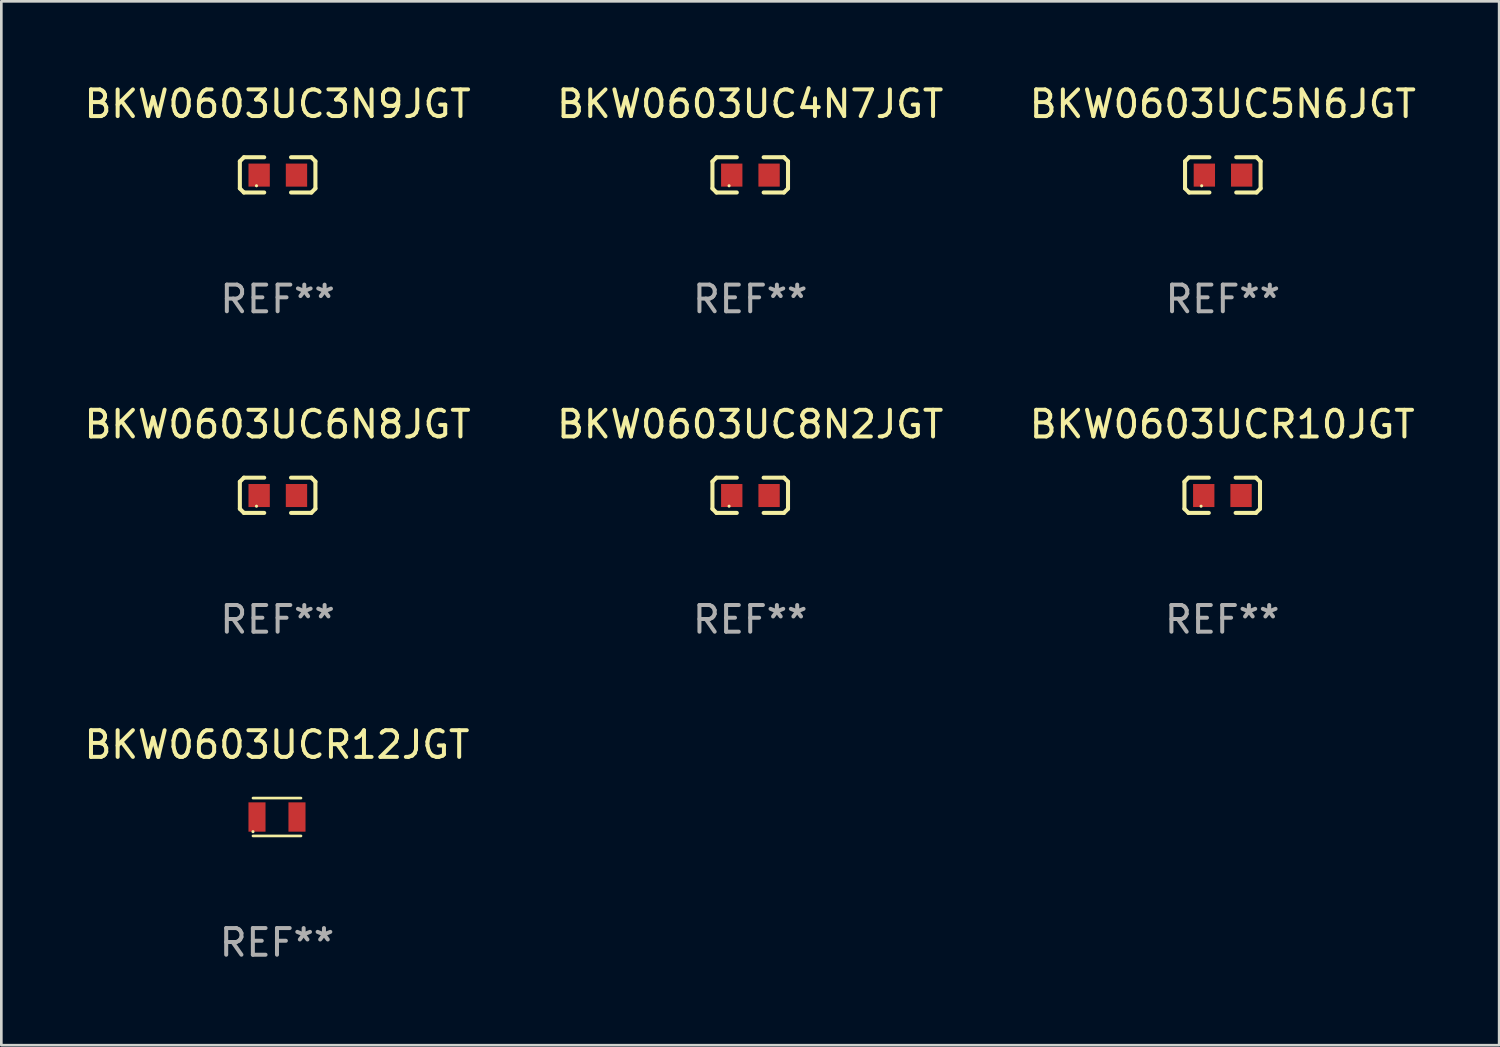
<source format=kicad_pcb>
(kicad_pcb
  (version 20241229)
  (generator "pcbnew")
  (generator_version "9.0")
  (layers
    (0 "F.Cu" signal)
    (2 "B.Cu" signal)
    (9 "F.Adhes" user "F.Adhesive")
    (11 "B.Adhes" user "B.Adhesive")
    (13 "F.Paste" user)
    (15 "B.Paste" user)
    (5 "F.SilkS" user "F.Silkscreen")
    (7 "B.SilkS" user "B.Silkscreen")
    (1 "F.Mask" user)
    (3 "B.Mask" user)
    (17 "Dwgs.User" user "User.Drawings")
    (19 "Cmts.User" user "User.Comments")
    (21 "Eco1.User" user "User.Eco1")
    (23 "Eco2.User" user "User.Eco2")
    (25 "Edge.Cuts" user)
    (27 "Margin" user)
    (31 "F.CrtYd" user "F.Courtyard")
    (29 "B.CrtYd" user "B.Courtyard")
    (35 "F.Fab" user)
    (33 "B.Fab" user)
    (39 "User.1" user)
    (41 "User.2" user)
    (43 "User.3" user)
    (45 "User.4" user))
  (footprint "BKW0603UCR12JGT"
    (layer "F.Cu")
    (at 7.339 27.594)
    (property "Reference" "BKW0603UCR12JGT" (at 0 -2.71 0) (layer "F.SilkS") (effects (font (size 1 1) (thickness 0.15))))
    (attr through_hole)
    (fp_line (start -0.9 -0.71) (end 0.9 -0.71) (stroke (width 0.1) (type solid)) (layer "F.SilkS"))
    (fp_line (start 0.9 0.71) (end -0.9 0.71) (stroke (width 0.1) (type solid)) (layer "F.SilkS"))
    (fp_circle (center -0.9 0.55) (end -0.87 0.55) (stroke (width 0.06) (type solid)) (fill no) (layer "F.SilkS"))
    (fp_text user "REF**" (at 0 4.71 0) (layer "F.Fab") (effects (font (size 1 1) (thickness 0.15))))
    (pad "1" smd rect (at -0.75 0) (size 0.64 1.1) (layers "F.Cu" "F.Mask" "F.Paste"))
    (pad "2" smd rect (at 0.75 0) (size 0.64 1.1) (layers "F.Cu" "F.Mask" "F.Paste")))
  (footprint "BKW0603UC3N9JGT"
    (layer "F.Cu")
    (at 7.363 3.509)
    (property "Reference" "BKW0603UC3N9JGT" (at 0 -2.661 0) (layer "F.SilkS") (effects (font (size 1 1) (thickness 0.15))))
    (attr through_hole)
    (fp_line (start -1.417 -0.508) (end -1.265 -0.661) (stroke (width 0.152) (type solid)) (layer "F.SilkS"))
    (fp_line (start -1.417 0.508) (end -1.417 -0.508) (stroke (width 0.152) (type solid)) (layer "F.SilkS"))
    (fp_line (start -1.265 -0.661) (end -0.503 -0.661) (stroke (width 0.152) (type solid)) (layer "F.SilkS"))
    (fp_line (start -1.265 0.661) (end -1.417 0.508) (stroke (width 0.152) (type solid)) (layer "F.SilkS"))
    (fp_line (start -1.265 0.661) (end -0.503 0.661) (stroke (width 0.152) (type solid)) (layer "F.SilkS"))
    (fp_line (start 1.265 -0.661) (end 0.503 -0.661) (stroke (width 0.152) (type solid)) (layer "F.SilkS"))
    (fp_line (start 1.265 -0.661) (end 1.417 -0.508) (stroke (width 0.152) (type solid)) (layer "F.SilkS"))
    (fp_line (start 1.265 0.661) (end 0.503 0.661) (stroke (width 0.152) (type solid)) (layer "F.SilkS"))
    (fp_line (start 1.417 -0.508) (end 1.417 0.508) (stroke (width 0.152) (type solid)) (layer "F.SilkS"))
    (fp_line (start 1.417 0.508) (end 1.265 0.661) (stroke (width 0.152) (type solid)) (layer "F.SilkS"))
    (fp_circle (center -0.793 0.409) (end -0.763 0.409) (stroke (width 0.06) (type solid)) (fill no) (layer "F.SilkS"))
    (fp_text user "REF**" (at 0 4.661 0) (layer "F.Fab") (effects (font (size 1 1) (thickness 0.15))))
    (pad "1" smd rect (at -0.693 0.009 180) (size 0.8 0.864) (layers "F.Cu" "F.Mask" "F.Paste"))
    (pad "2" smd rect (at 0.707 0.009 180) (size 0.8 0.864) (layers "F.Cu" "F.Mask" "F.Paste")))
  (footprint "BKW0603UCR10JGT"
    (layer "F.Cu")
    (at 42.792 15.527)
    (property "Reference" "BKW0603UCR10JGT" (at 0 -2.661 0) (layer "F.SilkS") (effects (font (size 1 1) (thickness 0.15))))
    (attr through_hole)
    (fp_line (start -1.417 -0.508) (end -1.265 -0.661) (stroke (width 0.152) (type solid)) (layer "F.SilkS"))
    (fp_line (start -1.417 0.508) (end -1.417 -0.508) (stroke (width 0.152) (type solid)) (layer "F.SilkS"))
    (fp_line (start -1.265 -0.661) (end -0.503 -0.661) (stroke (width 0.152) (type solid)) (layer "F.SilkS"))
    (fp_line (start -1.265 0.661) (end -1.417 0.508) (stroke (width 0.152) (type solid)) (layer "F.SilkS"))
    (fp_line (start -1.265 0.661) (end -0.503 0.661) (stroke (width 0.152) (type solid)) (layer "F.SilkS"))
    (fp_line (start 1.265 -0.661) (end 0.503 -0.661) (stroke (width 0.152) (type solid)) (layer "F.SilkS"))
    (fp_line (start 1.265 -0.661) (end 1.417 -0.508) (stroke (width 0.152) (type solid)) (layer "F.SilkS"))
    (fp_line (start 1.265 0.661) (end 0.503 0.661) (stroke (width 0.152) (type solid)) (layer "F.SilkS"))
    (fp_line (start 1.417 -0.508) (end 1.417 0.508) (stroke (width 0.152) (type solid)) (layer "F.SilkS"))
    (fp_line (start 1.417 0.508) (end 1.265 0.661) (stroke (width 0.152) (type solid)) (layer "F.SilkS"))
    (fp_circle (center -0.793 0.409) (end -0.763 0.409) (stroke (width 0.06) (type solid)) (fill no) (layer "F.SilkS"))
    (fp_text user "REF**" (at 0 4.661 0) (layer "F.Fab") (effects (font (size 1 1) (thickness 0.15))))
    (pad "1" smd rect (at -0.693 0.009 180) (size 0.8 0.864) (layers "F.Cu" "F.Mask" "F.Paste"))
    (pad "2" smd rect (at 0.707 0.009 180) (size 0.8 0.864) (layers "F.Cu" "F.Mask" "F.Paste")))
  (footprint "BKW0603UC5N6JGT"
    (layer "F.Cu")
    (at 42.815 3.509)
    (property "Reference" "BKW0603UC5N6JGT" (at 0 -2.661 0) (layer "F.SilkS") (effects (font (size 1 1) (thickness 0.15))))
    (attr through_hole)
    (fp_line (start -1.417 -0.508) (end -1.265 -0.661) (stroke (width 0.152) (type solid)) (layer "F.SilkS"))
    (fp_line (start -1.417 0.508) (end -1.417 -0.508) (stroke (width 0.152) (type solid)) (layer "F.SilkS"))
    (fp_line (start -1.265 -0.661) (end -0.503 -0.661) (stroke (width 0.152) (type solid)) (layer "F.SilkS"))
    (fp_line (start -1.265 0.661) (end -1.417 0.508) (stroke (width 0.152) (type solid)) (layer "F.SilkS"))
    (fp_line (start -1.265 0.661) (end -0.503 0.661) (stroke (width 0.152) (type solid)) (layer "F.SilkS"))
    (fp_line (start 1.265 -0.661) (end 0.503 -0.661) (stroke (width 0.152) (type solid)) (layer "F.SilkS"))
    (fp_line (start 1.265 -0.661) (end 1.417 -0.508) (stroke (width 0.152) (type solid)) (layer "F.SilkS"))
    (fp_line (start 1.265 0.661) (end 0.503 0.661) (stroke (width 0.152) (type solid)) (layer "F.SilkS"))
    (fp_line (start 1.417 -0.508) (end 1.417 0.508) (stroke (width 0.152) (type solid)) (layer "F.SilkS"))
    (fp_line (start 1.417 0.508) (end 1.265 0.661) (stroke (width 0.152) (type solid)) (layer "F.SilkS"))
    (fp_circle (center -0.793 0.409) (end -0.763 0.409) (stroke (width 0.06) (type solid)) (fill no) (layer "F.SilkS"))
    (fp_text user "REF**" (at 0 4.661 0) (layer "F.Fab") (effects (font (size 1 1) (thickness 0.15))))
    (pad "1" smd rect (at -0.693 0.009 180) (size 0.8 0.864) (layers "F.Cu" "F.Mask" "F.Paste"))
    (pad "2" smd rect (at 0.707 0.009 180) (size 0.8 0.864) (layers "F.Cu" "F.Mask" "F.Paste")))
  (footprint "BKW0603UC8N2JGT"
    (layer "F.Cu")
    (at 25.089 15.527)
    (property "Reference" "BKW0603UC8N2JGT" (at 0 -2.661 0) (layer "F.SilkS") (effects (font (size 1 1) (thickness 0.15))))
    (attr through_hole)
    (fp_line (start -1.417 -0.508) (end -1.265 -0.661) (stroke (width 0.152) (type solid)) (layer "F.SilkS"))
    (fp_line (start -1.417 0.508) (end -1.417 -0.508) (stroke (width 0.152) (type solid)) (layer "F.SilkS"))
    (fp_line (start -1.265 -0.661) (end -0.503 -0.661) (stroke (width 0.152) (type solid)) (layer "F.SilkS"))
    (fp_line (start -1.265 0.661) (end -1.417 0.508) (stroke (width 0.152) (type solid)) (layer "F.SilkS"))
    (fp_line (start -1.265 0.661) (end -0.503 0.661) (stroke (width 0.152) (type solid)) (layer "F.SilkS"))
    (fp_line (start 1.265 -0.661) (end 0.503 -0.661) (stroke (width 0.152) (type solid)) (layer "F.SilkS"))
    (fp_line (start 1.265 -0.661) (end 1.417 -0.508) (stroke (width 0.152) (type solid)) (layer "F.SilkS"))
    (fp_line (start 1.265 0.661) (end 0.503 0.661) (stroke (width 0.152) (type solid)) (layer "F.SilkS"))
    (fp_line (start 1.417 -0.508) (end 1.417 0.508) (stroke (width 0.152) (type solid)) (layer "F.SilkS"))
    (fp_line (start 1.417 0.508) (end 1.265 0.661) (stroke (width 0.152) (type solid)) (layer "F.SilkS"))
    (fp_circle (center -0.793 0.409) (end -0.763 0.409) (stroke (width 0.06) (type solid)) (fill no) (layer "F.SilkS"))
    (fp_text user "REF**" (at 0 4.661 0) (layer "F.Fab") (effects (font (size 1 1) (thickness 0.15))))
    (pad "1" smd rect (at -0.693 0.009 180) (size 0.8 0.864) (layers "F.Cu" "F.Mask" "F.Paste"))
    (pad "2" smd rect (at 0.707 0.009 180) (size 0.8 0.864) (layers "F.Cu" "F.Mask" "F.Paste")))
  (footprint "BKW0603UC4N7JGT"
    (layer "F.Cu")
    (at 25.089 3.509)
    (property "Reference" "BKW0603UC4N7JGT" (at 0 -2.661 0) (layer "F.SilkS") (effects (font (size 1 1) (thickness 0.15))))
    (attr through_hole)
    (fp_line (start -1.417 -0.508) (end -1.265 -0.661) (stroke (width 0.152) (type solid)) (layer "F.SilkS"))
    (fp_line (start -1.417 0.508) (end -1.417 -0.508) (stroke (width 0.152) (type solid)) (layer "F.SilkS"))
    (fp_line (start -1.265 -0.661) (end -0.503 -0.661) (stroke (width 0.152) (type solid)) (layer "F.SilkS"))
    (fp_line (start -1.265 0.661) (end -1.417 0.508) (stroke (width 0.152) (type solid)) (layer "F.SilkS"))
    (fp_line (start -1.265 0.661) (end -0.503 0.661) (stroke (width 0.152) (type solid)) (layer "F.SilkS"))
    (fp_line (start 1.265 -0.661) (end 0.503 -0.661) (stroke (width 0.152) (type solid)) (layer "F.SilkS"))
    (fp_line (start 1.265 -0.661) (end 1.417 -0.508) (stroke (width 0.152) (type solid)) (layer "F.SilkS"))
    (fp_line (start 1.265 0.661) (end 0.503 0.661) (stroke (width 0.152) (type solid)) (layer "F.SilkS"))
    (fp_line (start 1.417 -0.508) (end 1.417 0.508) (stroke (width 0.152) (type solid)) (layer "F.SilkS"))
    (fp_line (start 1.417 0.508) (end 1.265 0.661) (stroke (width 0.152) (type solid)) (layer "F.SilkS"))
    (fp_circle (center -0.793 0.409) (end -0.763 0.409) (stroke (width 0.06) (type solid)) (fill no) (layer "F.SilkS"))
    (fp_text user "REF**" (at 0 4.661 0) (layer "F.Fab") (effects (font (size 1 1) (thickness 0.15))))
    (pad "1" smd rect (at -0.693 0.009 180) (size 0.8 0.864) (layers "F.Cu" "F.Mask" "F.Paste"))
    (pad "2" smd rect (at 0.707 0.009 180) (size 0.8 0.864) (layers "F.Cu" "F.Mask" "F.Paste")))
  (footprint "BKW0603UC6N8JGT"
    (layer "F.Cu")
    (at 7.363 15.527)
    (property "Reference" "BKW0603UC6N8JGT" (at 0 -2.661 0) (layer "F.SilkS") (effects (font (size 1 1) (thickness 0.15))))
    (attr through_hole)
    (fp_line (start -1.417 -0.508) (end -1.265 -0.661) (stroke (width 0.152) (type solid)) (layer "F.SilkS"))
    (fp_line (start -1.417 0.508) (end -1.417 -0.508) (stroke (width 0.152) (type solid)) (layer "F.SilkS"))
    (fp_line (start -1.265 -0.661) (end -0.503 -0.661) (stroke (width 0.152) (type solid)) (layer "F.SilkS"))
    (fp_line (start -1.265 0.661) (end -1.417 0.508) (stroke (width 0.152) (type solid)) (layer "F.SilkS"))
    (fp_line (start -1.265 0.661) (end -0.503 0.661) (stroke (width 0.152) (type solid)) (layer "F.SilkS"))
    (fp_line (start 1.265 -0.661) (end 0.503 -0.661) (stroke (width 0.152) (type solid)) (layer "F.SilkS"))
    (fp_line (start 1.265 -0.661) (end 1.417 -0.508) (stroke (width 0.152) (type solid)) (layer "F.SilkS"))
    (fp_line (start 1.265 0.661) (end 0.503 0.661) (stroke (width 0.152) (type solid)) (layer "F.SilkS"))
    (fp_line (start 1.417 -0.508) (end 1.417 0.508) (stroke (width 0.152) (type solid)) (layer "F.SilkS"))
    (fp_line (start 1.417 0.508) (end 1.265 0.661) (stroke (width 0.152) (type solid)) (layer "F.SilkS"))
    (fp_circle (center -0.793 0.409) (end -0.763 0.409) (stroke (width 0.06) (type solid)) (fill no) (layer "F.SilkS"))
    (fp_text user "REF**" (at 0 4.661 0) (layer "F.Fab") (effects (font (size 1 1) (thickness 0.15))))
    (pad "1" smd rect (at -0.693 0.009 180) (size 0.8 0.864) (layers "F.Cu" "F.Mask" "F.Paste"))
    (pad "2" smd rect (at 0.707 0.009 180) (size 0.8 0.864) (layers "F.Cu" "F.Mask" "F.Paste")))
  (gr_rect
    (start -3 -3)
    (end 53.179 36.152)
    (stroke (width 0.1) (type default))
    (fill no)
    (layer "Edge.Cuts")))
</source>
